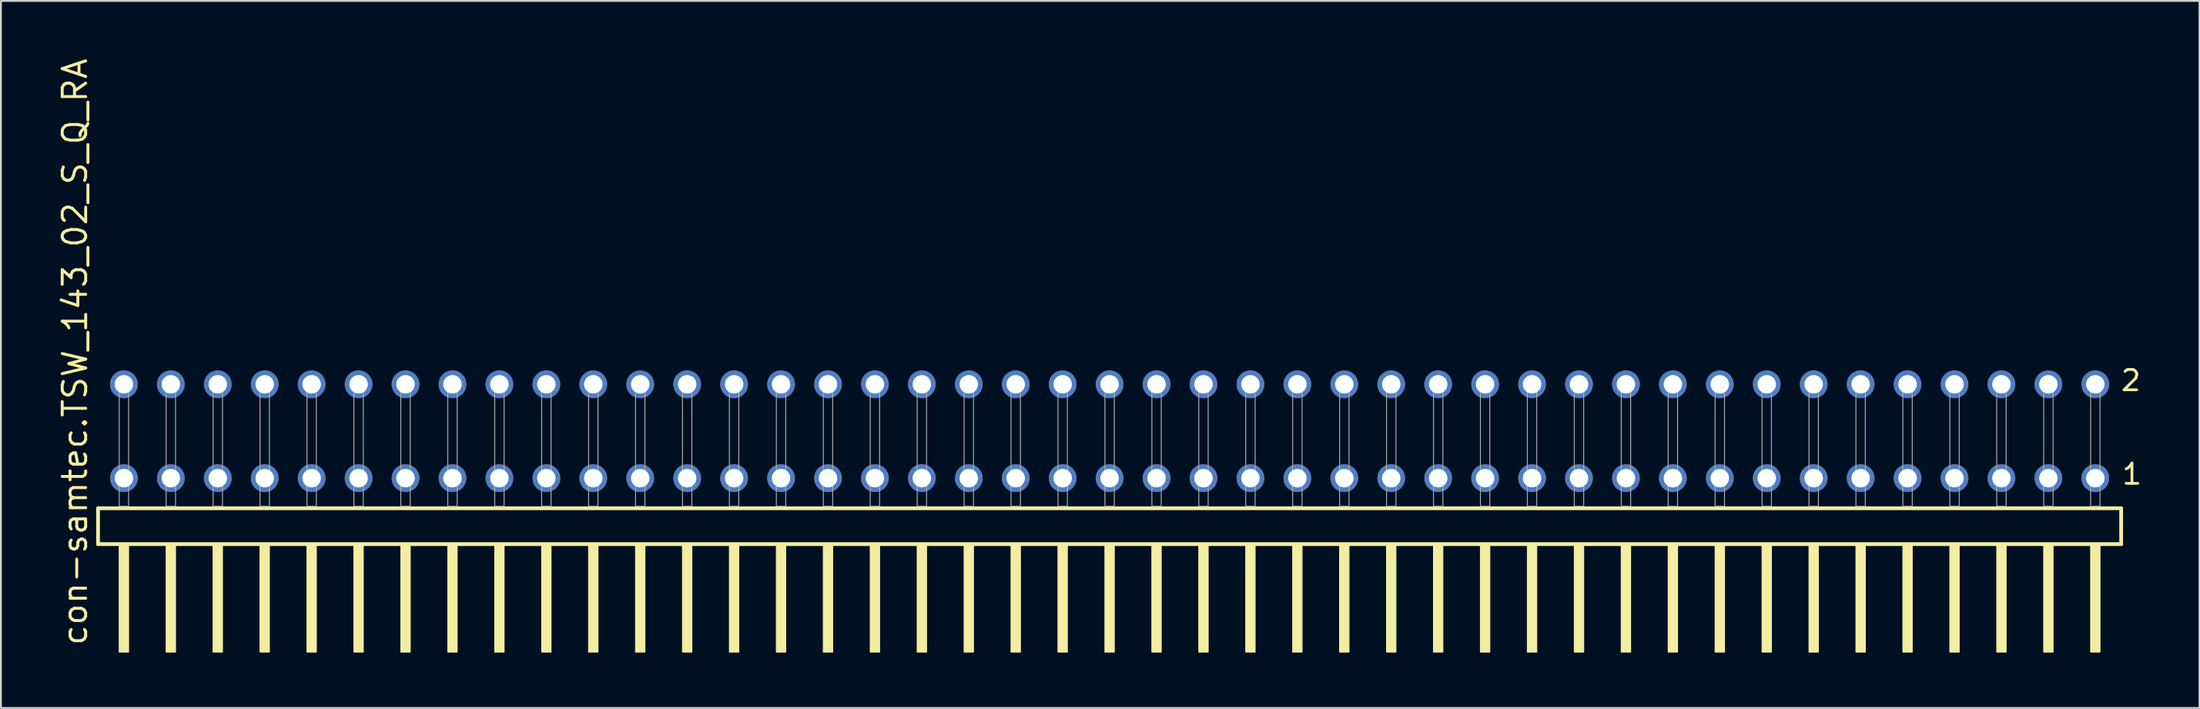
<source format=kicad_pcb>
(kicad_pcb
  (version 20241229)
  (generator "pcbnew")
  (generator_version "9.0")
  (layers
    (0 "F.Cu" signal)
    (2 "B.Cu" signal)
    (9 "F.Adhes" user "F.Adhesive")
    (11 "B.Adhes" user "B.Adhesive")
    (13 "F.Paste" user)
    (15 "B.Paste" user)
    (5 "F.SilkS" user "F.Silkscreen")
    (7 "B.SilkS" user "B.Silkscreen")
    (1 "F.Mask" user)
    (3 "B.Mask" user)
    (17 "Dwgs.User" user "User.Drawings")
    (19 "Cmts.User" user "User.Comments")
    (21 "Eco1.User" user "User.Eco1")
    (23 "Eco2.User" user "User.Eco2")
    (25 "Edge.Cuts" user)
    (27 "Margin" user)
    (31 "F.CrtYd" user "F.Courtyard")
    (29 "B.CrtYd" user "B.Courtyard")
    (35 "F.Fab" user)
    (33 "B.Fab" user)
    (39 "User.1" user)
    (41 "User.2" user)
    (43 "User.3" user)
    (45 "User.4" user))
  (footprint "con-samtec.TSW_143_02_S_Q_RA"
    (layer "F.Cu")
    (at 56.995 24.356)
    (property "Reference" "con-samtec.TSW_143_02_S_Q_RA" (at -55.245 7.62 90) (layer "F.SilkS") (effects (font (size 1.27 1.27) (thickness 0.16)) (justify left bottom)))
    (attr through_hole)
    (fp_line (start -54.739 0.106) (end -54.739 2.046) (stroke (width 0.203) (type default)) (layer "F.SilkS"))
    (fp_line (start -54.739 2.046) (end 54.739 2.046) (stroke (width 0.203) (type default)) (layer "F.SilkS"))
    (fp_line (start 54.739 0.106) (end -54.739 0.106) (stroke (width 0.203) (type default)) (layer "F.SilkS"))
    (fp_line (start 54.739 2.046) (end 54.739 0.106) (stroke (width 0.203) (type default)) (layer "F.SilkS"))
    (fp_rect (start -53.594 7.89) (end -53.086 2.04) (stroke (width 0.05) (type default)) (fill yes) (layer "F.SilkS"))
    (fp_rect (start -51.054 7.89) (end -50.546 2.04) (stroke (width 0.05) (type default)) (fill yes) (layer "F.SilkS"))
    (fp_rect (start -48.514 7.89) (end -48.006 2.04) (stroke (width 0.05) (type default)) (fill yes) (layer "F.SilkS"))
    (fp_rect (start -45.974 7.89) (end -45.466 2.04) (stroke (width 0.05) (type default)) (fill yes) (layer "F.SilkS"))
    (fp_rect (start -43.434 7.89) (end -42.926 2.04) (stroke (width 0.05) (type default)) (fill yes) (layer "F.SilkS"))
    (fp_rect (start -40.894 7.89) (end -40.386 2.04) (stroke (width 0.05) (type default)) (fill yes) (layer "F.SilkS"))
    (fp_rect (start -38.354 7.89) (end -37.846 2.04) (stroke (width 0.05) (type default)) (fill yes) (layer "F.SilkS"))
    (fp_rect (start -35.814 7.89) (end -35.306 2.04) (stroke (width 0.05) (type default)) (fill yes) (layer "F.SilkS"))
    (fp_rect (start -33.274 7.89) (end -32.766 2.04) (stroke (width 0.05) (type default)) (fill yes) (layer "F.SilkS"))
    (fp_rect (start -30.734 7.89) (end -30.226 2.04) (stroke (width 0.05) (type default)) (fill yes) (layer "F.SilkS"))
    (fp_rect (start -28.194 7.89) (end -27.686 2.04) (stroke (width 0.05) (type default)) (fill yes) (layer "F.SilkS"))
    (fp_rect (start -25.654 7.89) (end -25.146 2.04) (stroke (width 0.05) (type default)) (fill yes) (layer "F.SilkS"))
    (fp_rect (start -23.114 7.89) (end -22.606 2.04) (stroke (width 0.05) (type default)) (fill yes) (layer "F.SilkS"))
    (fp_rect (start -20.574 7.89) (end -20.066 2.04) (stroke (width 0.05) (type default)) (fill yes) (layer "F.SilkS"))
    (fp_rect (start -18.034 7.89) (end -17.526 2.04) (stroke (width 0.05) (type default)) (fill yes) (layer "F.SilkS"))
    (fp_rect (start -15.494 7.89) (end -14.986 2.04) (stroke (width 0.05) (type default)) (fill yes) (layer "F.SilkS"))
    (fp_rect (start -12.954 7.89) (end -12.446 2.04) (stroke (width 0.05) (type default)) (fill yes) (layer "F.SilkS"))
    (fp_rect (start -10.414 7.89) (end -9.906 2.04) (stroke (width 0.05) (type default)) (fill yes) (layer "F.SilkS"))
    (fp_rect (start -7.874 7.89) (end -7.366 2.04) (stroke (width 0.05) (type default)) (fill yes) (layer "F.SilkS"))
    (fp_rect (start -5.334 7.89) (end -4.826 2.04) (stroke (width 0.05) (type default)) (fill yes) (layer "F.SilkS"))
    (fp_rect (start -2.794 7.89) (end -2.286 2.04) (stroke (width 0.05) (type default)) (fill yes) (layer "F.SilkS"))
    (fp_rect (start -0.254 7.89) (end 0.254 2.04) (stroke (width 0.05) (type default)) (fill yes) (layer "F.SilkS"))
    (fp_rect (start 2.286 7.89) (end 2.794 2.04) (stroke (width 0.05) (type default)) (fill yes) (layer "F.SilkS"))
    (fp_rect (start 4.826 7.89) (end 5.334 2.04) (stroke (width 0.05) (type default)) (fill yes) (layer "F.SilkS"))
    (fp_rect (start 7.366 7.89) (end 7.874 2.04) (stroke (width 0.05) (type default)) (fill yes) (layer "F.SilkS"))
    (fp_rect (start 9.906 7.89) (end 10.414 2.04) (stroke (width 0.05) (type default)) (fill yes) (layer "F.SilkS"))
    (fp_rect (start 12.446 7.89) (end 12.954 2.04) (stroke (width 0.05) (type default)) (fill yes) (layer "F.SilkS"))
    (fp_rect (start 14.986 7.89) (end 15.494 2.04) (stroke (width 0.05) (type default)) (fill yes) (layer "F.SilkS"))
    (fp_rect (start 17.526 7.89) (end 18.034 2.04) (stroke (width 0.05) (type default)) (fill yes) (layer "F.SilkS"))
    (fp_rect (start 20.066 7.89) (end 20.574 2.04) (stroke (width 0.05) (type default)) (fill yes) (layer "F.SilkS"))
    (fp_rect (start 22.606 7.89) (end 23.114 2.04) (stroke (width 0.05) (type default)) (fill yes) (layer "F.SilkS"))
    (fp_rect (start 25.146 7.89) (end 25.654 2.04) (stroke (width 0.05) (type default)) (fill yes) (layer "F.SilkS"))
    (fp_rect (start 27.686 7.89) (end 28.194 2.04) (stroke (width 0.05) (type default)) (fill yes) (layer "F.SilkS"))
    (fp_rect (start 30.226 7.89) (end 30.734 2.04) (stroke (width 0.05) (type default)) (fill yes) (layer "F.SilkS"))
    (fp_rect (start 32.766 7.89) (end 33.274 2.04) (stroke (width 0.05) (type default)) (fill yes) (layer "F.SilkS"))
    (fp_rect (start 35.306 7.89) (end 35.814 2.04) (stroke (width 0.05) (type default)) (fill yes) (layer "F.SilkS"))
    (fp_rect (start 37.846 7.89) (end 38.354 2.04) (stroke (width 0.05) (type default)) (fill yes) (layer "F.SilkS"))
    (fp_rect (start 40.386 7.89) (end 40.894 2.04) (stroke (width 0.05) (type default)) (fill yes) (layer "F.SilkS"))
    (fp_rect (start 42.926 7.89) (end 43.434 2.04) (stroke (width 0.05) (type default)) (fill yes) (layer "F.SilkS"))
    (fp_rect (start 45.466 7.89) (end 45.974 2.04) (stroke (width 0.05) (type default)) (fill yes) (layer "F.SilkS"))
    (fp_rect (start 48.006 7.89) (end 48.514 2.04) (stroke (width 0.05) (type default)) (fill yes) (layer "F.SilkS"))
    (fp_rect (start 50.546 7.89) (end 51.054 2.04) (stroke (width 0.05) (type default)) (fill yes) (layer "F.SilkS"))
    (fp_rect (start 53.086 7.89) (end 53.594 2.04) (stroke (width 0.05) (type default)) (fill yes) (layer "F.SilkS"))
    (fp_rect (start -53.594 0) (end -53.086 -6.858) (stroke (width 0.05) (type default)) (fill no) (layer "F.Fab"))
    (fp_rect (start -51.054 0) (end -50.546 -6.858) (stroke (width 0.05) (type default)) (fill no) (layer "F.Fab"))
    (fp_rect (start -48.514 0) (end -48.006 -6.858) (stroke (width 0.05) (type default)) (fill no) (layer "F.Fab"))
    (fp_rect (start -45.974 0) (end -45.466 -6.858) (stroke (width 0.05) (type default)) (fill no) (layer "F.Fab"))
    (fp_rect (start -43.434 0) (end -42.926 -6.858) (stroke (width 0.05) (type default)) (fill no) (layer "F.Fab"))
    (fp_rect (start -40.894 0) (end -40.386 -6.858) (stroke (width 0.05) (type default)) (fill no) (layer "F.Fab"))
    (fp_rect (start -38.354 0) (end -37.846 -6.858) (stroke (width 0.05) (type default)) (fill no) (layer "F.Fab"))
    (fp_rect (start -35.814 0) (end -35.306 -6.858) (stroke (width 0.05) (type default)) (fill no) (layer "F.Fab"))
    (fp_rect (start -33.274 0) (end -32.766 -6.858) (stroke (width 0.05) (type default)) (fill no) (layer "F.Fab"))
    (fp_rect (start -30.734 0) (end -30.226 -6.858) (stroke (width 0.05) (type default)) (fill no) (layer "F.Fab"))
    (fp_rect (start -28.194 0) (end -27.686 -6.858) (stroke (width 0.05) (type default)) (fill no) (layer "F.Fab"))
    (fp_rect (start -25.654 0) (end -25.146 -6.858) (stroke (width 0.05) (type default)) (fill no) (layer "F.Fab"))
    (fp_rect (start -23.114 0) (end -22.606 -6.858) (stroke (width 0.05) (type default)) (fill no) (layer "F.Fab"))
    (fp_rect (start -20.574 0) (end -20.066 -6.858) (stroke (width 0.05) (type default)) (fill no) (layer "F.Fab"))
    (fp_rect (start -18.034 0) (end -17.526 -6.858) (stroke (width 0.05) (type default)) (fill no) (layer "F.Fab"))
    (fp_rect (start -15.494 0) (end -14.986 -6.858) (stroke (width 0.05) (type default)) (fill no) (layer "F.Fab"))
    (fp_rect (start -12.954 0) (end -12.446 -6.858) (stroke (width 0.05) (type default)) (fill no) (layer "F.Fab"))
    (fp_rect (start -10.414 0) (end -9.906 -6.858) (stroke (width 0.05) (type default)) (fill no) (layer "F.Fab"))
    (fp_rect (start -7.874 0) (end -7.366 -6.858) (stroke (width 0.05) (type default)) (fill no) (layer "F.Fab"))
    (fp_rect (start -5.334 0) (end -4.826 -6.858) (stroke (width 0.05) (type default)) (fill no) (layer "F.Fab"))
    (fp_rect (start -2.794 0) (end -2.286 -6.858) (stroke (width 0.05) (type default)) (fill no) (layer "F.Fab"))
    (fp_rect (start -0.254 0) (end 0.254 -6.858) (stroke (width 0.05) (type default)) (fill no) (layer "F.Fab"))
    (fp_rect (start 2.286 0) (end 2.794 -6.858) (stroke (width 0.05) (type default)) (fill no) (layer "F.Fab"))
    (fp_rect (start 4.826 0) (end 5.334 -6.858) (stroke (width 0.05) (type default)) (fill no) (layer "F.Fab"))
    (fp_rect (start 7.366 0) (end 7.874 -6.858) (stroke (width 0.05) (type default)) (fill no) (layer "F.Fab"))
    (fp_rect (start 9.906 0) (end 10.414 -6.858) (stroke (width 0.05) (type default)) (fill no) (layer "F.Fab"))
    (fp_rect (start 12.446 0) (end 12.954 -6.858) (stroke (width 0.05) (type default)) (fill no) (layer "F.Fab"))
    (fp_rect (start 14.986 0) (end 15.494 -6.858) (stroke (width 0.05) (type default)) (fill no) (layer "F.Fab"))
    (fp_rect (start 17.526 0) (end 18.034 -6.858) (stroke (width 0.05) (type default)) (fill no) (layer "F.Fab"))
    (fp_rect (start 20.066 0) (end 20.574 -6.858) (stroke (width 0.05) (type default)) (fill no) (layer "F.Fab"))
    (fp_rect (start 22.606 0) (end 23.114 -6.858) (stroke (width 0.05) (type default)) (fill no) (layer "F.Fab"))
    (fp_rect (start 25.146 0) (end 25.654 -6.858) (stroke (width 0.05) (type default)) (fill no) (layer "F.Fab"))
    (fp_rect (start 27.686 0) (end 28.194 -6.858) (stroke (width 0.05) (type default)) (fill no) (layer "F.Fab"))
    (fp_rect (start 30.226 0) (end 30.734 -6.858) (stroke (width 0.05) (type default)) (fill no) (layer "F.Fab"))
    (fp_rect (start 32.766 0) (end 33.274 -6.858) (stroke (width 0.05) (type default)) (fill no) (layer "F.Fab"))
    (fp_rect (start 35.306 0) (end 35.814 -6.858) (stroke (width 0.05) (type default)) (fill no) (layer "F.Fab"))
    (fp_rect (start 37.846 0) (end 38.354 -6.858) (stroke (width 0.05) (type default)) (fill no) (layer "F.Fab"))
    (fp_rect (start 40.386 0) (end 40.894 -6.858) (stroke (width 0.05) (type default)) (fill no) (layer "F.Fab"))
    (fp_rect (start 42.926 0) (end 43.434 -6.858) (stroke (width 0.05) (type default)) (fill no) (layer "F.Fab"))
    (fp_rect (start 45.466 0) (end 45.974 -6.858) (stroke (width 0.05) (type default)) (fill no) (layer "F.Fab"))
    (fp_rect (start 48.006 0) (end 48.514 -6.858) (stroke (width 0.05) (type default)) (fill no) (layer "F.Fab"))
    (fp_rect (start 50.546 0) (end 51.054 -6.858) (stroke (width 0.05) (type default)) (fill no) (layer "F.Fab"))
    (fp_rect (start 53.086 0) (end 53.594 -6.858) (stroke (width 0.05) (type default)) (fill no) (layer "F.Fab"))
    (fp_text user "2" (at 54.64 -6.165 0) (layer "F.SilkS") (effects (font (size 1.1 1.1) (thickness 0.15)) (justify left bottom)))
    (fp_text user "1" (at 54.7 -1.1 0) (layer "F.SilkS") (effects (font (size 1.1 1.1) (thickness 0.15)) (justify left bottom)))
    (pad "1" thru_hole circle (at 53.34 -1.524 180) (size 1.5 1.5) (drill 1) (layers "*.Cu" "*.Mask"))
    (pad "2" thru_hole circle (at 53.34 -6.604 180) (size 1.5 1.5) (drill 1) (layers "*.Cu" "*.Mask"))
    (pad "3" thru_hole circle (at 50.8 -1.524 180) (size 1.5 1.5) (drill 1) (layers "*.Cu" "*.Mask"))
    (pad "4" thru_hole circle (at 50.8 -6.604 180) (size 1.5 1.5) (drill 1) (layers "*.Cu" "*.Mask"))
    (pad "5" thru_hole circle (at 48.26 -1.524 180) (size 1.5 1.5) (drill 1) (layers "*.Cu" "*.Mask"))
    (pad "6" thru_hole circle (at 48.26 -6.604 180) (size 1.5 1.5) (drill 1) (layers "*.Cu" "*.Mask"))
    (pad "7" thru_hole circle (at 45.72 -1.524 180) (size 1.5 1.5) (drill 1) (layers "*.Cu" "*.Mask"))
    (pad "8" thru_hole circle (at 45.72 -6.604 180) (size 1.5 1.5) (drill 1) (layers "*.Cu" "*.Mask"))
    (pad "9" thru_hole circle (at 43.18 -1.524 180) (size 1.5 1.5) (drill 1) (layers "*.Cu" "*.Mask"))
    (pad "10" thru_hole circle (at 43.18 -6.604 180) (size 1.5 1.5) (drill 1) (layers "*.Cu" "*.Mask"))
    (pad "11" thru_hole circle (at 40.64 -1.524 180) (size 1.5 1.5) (drill 1) (layers "*.Cu" "*.Mask"))
    (pad "12" thru_hole circle (at 40.64 -6.604 180) (size 1.5 1.5) (drill 1) (layers "*.Cu" "*.Mask"))
    (pad "13" thru_hole circle (at 38.1 -1.524 180) (size 1.5 1.5) (drill 1) (layers "*.Cu" "*.Mask"))
    (pad "14" thru_hole circle (at 38.1 -6.604 180) (size 1.5 1.5) (drill 1) (layers "*.Cu" "*.Mask"))
    (pad "15" thru_hole circle (at 35.56 -1.524 180) (size 1.5 1.5) (drill 1) (layers "*.Cu" "*.Mask"))
    (pad "16" thru_hole circle (at 35.56 -6.604 180) (size 1.5 1.5) (drill 1) (layers "*.Cu" "*.Mask"))
    (pad "17" thru_hole circle (at 33.02 -1.524 180) (size 1.5 1.5) (drill 1) (layers "*.Cu" "*.Mask"))
    (pad "18" thru_hole circle (at 33.02 -6.604 180) (size 1.5 1.5) (drill 1) (layers "*.Cu" "*.Mask"))
    (pad "19" thru_hole circle (at 30.48 -1.524 180) (size 1.5 1.5) (drill 1) (layers "*.Cu" "*.Mask"))
    (pad "20" thru_hole circle (at 30.48 -6.604 180) (size 1.5 1.5) (drill 1) (layers "*.Cu" "*.Mask"))
    (pad "21" thru_hole circle (at 27.94 -1.524 180) (size 1.5 1.5) (drill 1) (layers "*.Cu" "*.Mask"))
    (pad "22" thru_hole circle (at 27.94 -6.604 180) (size 1.5 1.5) (drill 1) (layers "*.Cu" "*.Mask"))
    (pad "23" thru_hole circle (at 25.4 -1.524 180) (size 1.5 1.5) (drill 1) (layers "*.Cu" "*.Mask"))
    (pad "24" thru_hole circle (at 25.4 -6.604 180) (size 1.5 1.5) (drill 1) (layers "*.Cu" "*.Mask"))
    (pad "25" thru_hole circle (at 22.86 -1.524 180) (size 1.5 1.5) (drill 1) (layers "*.Cu" "*.Mask"))
    (pad "26" thru_hole circle (at 22.86 -6.604 180) (size 1.5 1.5) (drill 1) (layers "*.Cu" "*.Mask"))
    (pad "27" thru_hole circle (at 20.32 -1.524 180) (size 1.5 1.5) (drill 1) (layers "*.Cu" "*.Mask"))
    (pad "28" thru_hole circle (at 20.32 -6.604 180) (size 1.5 1.5) (drill 1) (layers "*.Cu" "*.Mask"))
    (pad "29" thru_hole circle (at 17.78 -1.524 180) (size 1.5 1.5) (drill 1) (layers "*.Cu" "*.Mask"))
    (pad "30" thru_hole circle (at 17.78 -6.604 180) (size 1.5 1.5) (drill 1) (layers "*.Cu" "*.Mask"))
    (pad "31" thru_hole circle (at 15.24 -1.524 180) (size 1.5 1.5) (drill 1) (layers "*.Cu" "*.Mask"))
    (pad "32" thru_hole circle (at 15.24 -6.604 180) (size 1.5 1.5) (drill 1) (layers "*.Cu" "*.Mask"))
    (pad "33" thru_hole circle (at 12.7 -1.524 180) (size 1.5 1.5) (drill 1) (layers "*.Cu" "*.Mask"))
    (pad "34" thru_hole circle (at 12.7 -6.604 180) (size 1.5 1.5) (drill 1) (layers "*.Cu" "*.Mask"))
    (pad "35" thru_hole circle (at 10.16 -1.524 180) (size 1.5 1.5) (drill 1) (layers "*.Cu" "*.Mask"))
    (pad "36" thru_hole circle (at 10.16 -6.604 180) (size 1.5 1.5) (drill 1) (layers "*.Cu" "*.Mask"))
    (pad "37" thru_hole circle (at 7.62 -1.524 180) (size 1.5 1.5) (drill 1) (layers "*.Cu" "*.Mask"))
    (pad "38" thru_hole circle (at 7.62 -6.604 180) (size 1.5 1.5) (drill 1) (layers "*.Cu" "*.Mask"))
    (pad "39" thru_hole circle (at 5.08 -1.524 180) (size 1.5 1.5) (drill 1) (layers "*.Cu" "*.Mask"))
    (pad "40" thru_hole circle (at 5.08 -6.604 180) (size 1.5 1.5) (drill 1) (layers "*.Cu" "*.Mask"))
    (pad "41" thru_hole circle (at 2.54 -1.524 180) (size 1.5 1.5) (drill 1) (layers "*.Cu" "*.Mask"))
    (pad "42" thru_hole circle (at 2.54 -6.604 180) (size 1.5 1.5) (drill 1) (layers "*.Cu" "*.Mask"))
    (pad "43" thru_hole circle (at 0 -1.524 180) (size 1.5 1.5) (drill 1) (layers "*.Cu" "*.Mask"))
    (pad "44" thru_hole circle (at 0 -6.604 180) (size 1.5 1.5) (drill 1) (layers "*.Cu" "*.Mask"))
    (pad "45" thru_hole circle (at -2.54 -1.524 180) (size 1.5 1.5) (drill 1) (layers "*.Cu" "*.Mask"))
    (pad "46" thru_hole circle (at -2.54 -6.604 180) (size 1.5 1.5) (drill 1) (layers "*.Cu" "*.Mask"))
    (pad "47" thru_hole circle (at -5.08 -1.524 180) (size 1.5 1.5) (drill 1) (layers "*.Cu" "*.Mask"))
    (pad "48" thru_hole circle (at -5.08 -6.604 180) (size 1.5 1.5) (drill 1) (layers "*.Cu" "*.Mask"))
    (pad "49" thru_hole circle (at -7.62 -1.524 180) (size 1.5 1.5) (drill 1) (layers "*.Cu" "*.Mask"))
    (pad "50" thru_hole circle (at -7.62 -6.604 180) (size 1.5 1.5) (drill 1) (layers "*.Cu" "*.Mask"))
    (pad "51" thru_hole circle (at -10.16 -1.524 180) (size 1.5 1.5) (drill 1) (layers "*.Cu" "*.Mask"))
    (pad "52" thru_hole circle (at -10.16 -6.604 180) (size 1.5 1.5) (drill 1) (layers "*.Cu" "*.Mask"))
    (pad "53" thru_hole circle (at -12.7 -1.524 180) (size 1.5 1.5) (drill 1) (layers "*.Cu" "*.Mask"))
    (pad "54" thru_hole circle (at -12.7 -6.604 180) (size 1.5 1.5) (drill 1) (layers "*.Cu" "*.Mask"))
    (pad "55" thru_hole circle (at -15.24 -1.524 180) (size 1.5 1.5) (drill 1) (layers "*.Cu" "*.Mask"))
    (pad "56" thru_hole circle (at -15.24 -6.604 180) (size 1.5 1.5) (drill 1) (layers "*.Cu" "*.Mask"))
    (pad "57" thru_hole circle (at -17.78 -1.524 180) (size 1.5 1.5) (drill 1) (layers "*.Cu" "*.Mask"))
    (pad "58" thru_hole circle (at -17.78 -6.604 180) (size 1.5 1.5) (drill 1) (layers "*.Cu" "*.Mask"))
    (pad "59" thru_hole circle (at -20.32 -1.524 180) (size 1.5 1.5) (drill 1) (layers "*.Cu" "*.Mask"))
    (pad "60" thru_hole circle (at -20.32 -6.604 180) (size 1.5 1.5) (drill 1) (layers "*.Cu" "*.Mask"))
    (pad "61" thru_hole circle (at -22.86 -1.524 180) (size 1.5 1.5) (drill 1) (layers "*.Cu" "*.Mask"))
    (pad "62" thru_hole circle (at -22.86 -6.604 180) (size 1.5 1.5) (drill 1) (layers "*.Cu" "*.Mask"))
    (pad "63" thru_hole circle (at -25.4 -1.524 180) (size 1.5 1.5) (drill 1) (layers "*.Cu" "*.Mask"))
    (pad "64" thru_hole circle (at -25.4 -6.604 180) (size 1.5 1.5) (drill 1) (layers "*.Cu" "*.Mask"))
    (pad "65" thru_hole circle (at -27.94 -1.524 180) (size 1.5 1.5) (drill 1) (layers "*.Cu" "*.Mask"))
    (pad "66" thru_hole circle (at -27.94 -6.604 180) (size 1.5 1.5) (drill 1) (layers "*.Cu" "*.Mask"))
    (pad "67" thru_hole circle (at -30.48 -1.524 180) (size 1.5 1.5) (drill 1) (layers "*.Cu" "*.Mask"))
    (pad "68" thru_hole circle (at -30.48 -6.604 180) (size 1.5 1.5) (drill 1) (layers "*.Cu" "*.Mask"))
    (pad "69" thru_hole circle (at -33.02 -1.524 180) (size 1.5 1.5) (drill 1) (layers "*.Cu" "*.Mask"))
    (pad "70" thru_hole circle (at -33.02 -6.604 180) (size 1.5 1.5) (drill 1) (layers "*.Cu" "*.Mask"))
    (pad "71" thru_hole circle (at -35.56 -1.524 180) (size 1.5 1.5) (drill 1) (layers "*.Cu" "*.Mask"))
    (pad "72" thru_hole circle (at -35.56 -6.604 180) (size 1.5 1.5) (drill 1) (layers "*.Cu" "*.Mask"))
    (pad "73" thru_hole circle (at -38.1 -1.524 180) (size 1.5 1.5) (drill 1) (layers "*.Cu" "*.Mask"))
    (pad "74" thru_hole circle (at -38.1 -6.604 180) (size 1.5 1.5) (drill 1) (layers "*.Cu" "*.Mask"))
    (pad "75" thru_hole circle (at -40.64 -1.524 180) (size 1.5 1.5) (drill 1) (layers "*.Cu" "*.Mask"))
    (pad "76" thru_hole circle (at -40.64 -6.604 180) (size 1.5 1.5) (drill 1) (layers "*.Cu" "*.Mask"))
    (pad "77" thru_hole circle (at -43.18 -1.524 180) (size 1.5 1.5) (drill 1) (layers "*.Cu" "*.Mask"))
    (pad "78" thru_hole circle (at -43.18 -6.604 180) (size 1.5 1.5) (drill 1) (layers "*.Cu" "*.Mask"))
    (pad "79" thru_hole circle (at -45.72 -1.524 180) (size 1.5 1.5) (drill 1) (layers "*.Cu" "*.Mask"))
    (pad "80" thru_hole circle (at -45.72 -6.604 180) (size 1.5 1.5) (drill 1) (layers "*.Cu" "*.Mask"))
    (pad "81" thru_hole circle (at -48.26 -1.524 180) (size 1.5 1.5) (drill 1) (layers "*.Cu" "*.Mask"))
    (pad "82" thru_hole circle (at -48.26 -6.604 180) (size 1.5 1.5) (drill 1) (layers "*.Cu" "*.Mask"))
    (pad "83" thru_hole circle (at -50.8 -1.524 180) (size 1.5 1.5) (drill 1) (layers "*.Cu" "*.Mask"))
    (pad "84" thru_hole circle (at -50.8 -6.604 180) (size 1.5 1.5) (drill 1) (layers "*.Cu" "*.Mask"))
    (pad "85" thru_hole circle (at -53.34 -1.524 180) (size 1.5 1.5) (drill 1) (layers "*.Cu" "*.Mask"))
    (pad "86" thru_hole circle (at -53.34 -6.604 180) (size 1.5 1.5) (drill 1) (layers "*.Cu" "*.Mask")))
  (gr_rect
    (start -3 -3)
    (end 115.973 35.271)
    (stroke (width 0.1) (type default))
    (fill no)
    (layer "Edge.Cuts")))
</source>
